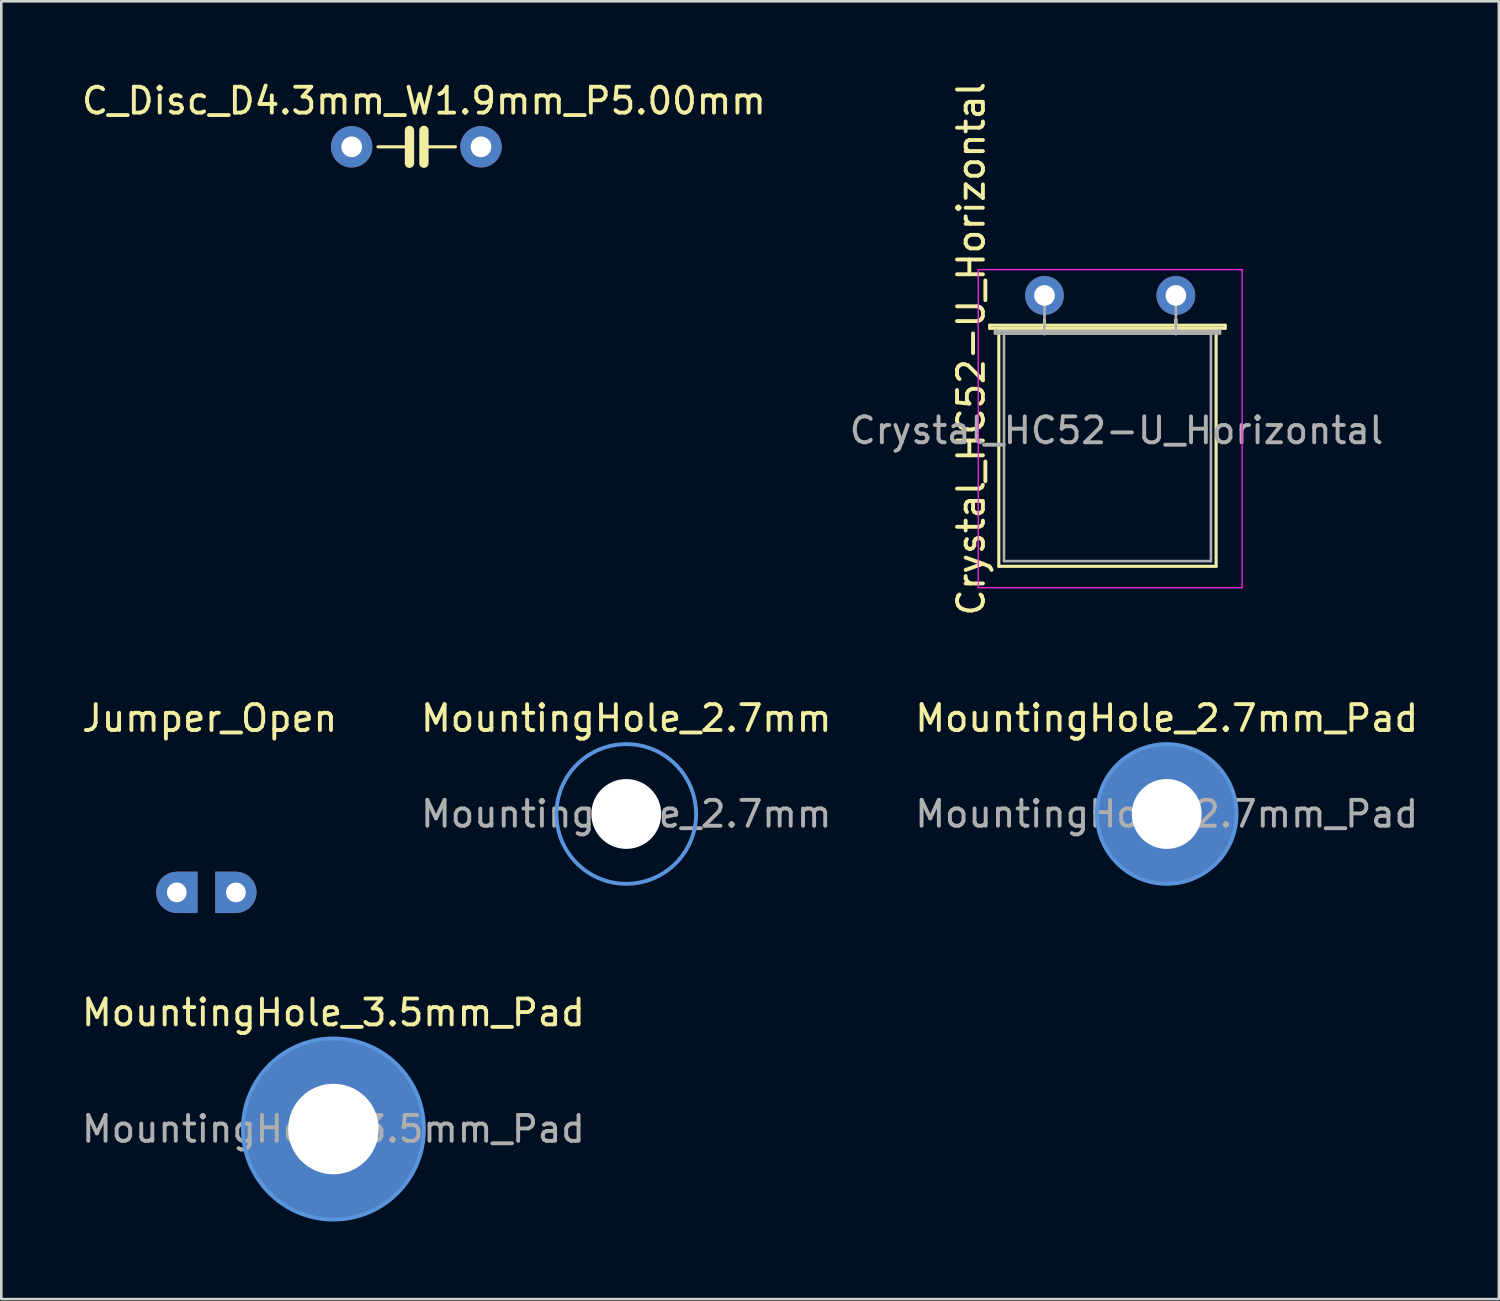
<source format=kicad_pcb>
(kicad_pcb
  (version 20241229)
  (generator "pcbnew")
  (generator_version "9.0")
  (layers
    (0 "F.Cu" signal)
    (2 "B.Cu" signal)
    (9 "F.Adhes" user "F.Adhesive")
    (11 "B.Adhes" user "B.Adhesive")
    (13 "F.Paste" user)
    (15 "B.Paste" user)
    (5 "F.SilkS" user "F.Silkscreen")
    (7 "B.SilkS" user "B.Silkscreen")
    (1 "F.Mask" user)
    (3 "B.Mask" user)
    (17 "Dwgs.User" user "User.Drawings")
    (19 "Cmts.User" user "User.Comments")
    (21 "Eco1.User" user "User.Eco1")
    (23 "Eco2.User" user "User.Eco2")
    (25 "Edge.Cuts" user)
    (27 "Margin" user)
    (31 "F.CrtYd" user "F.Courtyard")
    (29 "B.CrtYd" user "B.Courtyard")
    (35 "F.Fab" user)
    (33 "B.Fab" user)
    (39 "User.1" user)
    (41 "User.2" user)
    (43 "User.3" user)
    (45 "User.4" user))
  (footprint "Jumper_Open"
    (layer "F.Cu")
    (at 5.435 31.448)
    (property "Reference" "Jumper_Open" (at -0.381 -6.731 0) (unlocked yes) (layer "F.SilkS") (effects (font (size 1 1) (thickness 0.15))))
    (attr through_hole)
    (pad "1" thru_hole roundrect (at -1.651 0) (size 1.6 1.6) (drill 0.762) (layers "*.Cu" "*.Mask") (roundrect_rratio 0.5) (chamfer_ratio 0) (chamfer top_right bottom_right))
    (pad "2" thru_hole roundrect (at 0.635 0 180) (size 1.6 1.6) (drill 0.762) (layers "*.Cu" "*.Mask") (roundrect_rratio 0.5) (chamfer_ratio 0) (chamfer top_right bottom_right)))
  (footprint "C_Disc_D4.3mm_W1.9mm_P5.00mm"
    (layer "F.Cu")
    (at 10.545 2.626)
    (property "Reference" "C_Disc_D4.3mm_W1.9mm_P5.00mm" (at 2.794 -1.778 0) (layer "F.SilkS") (effects (font (size 1 1) (thickness 0.15))))
    (attr through_hole)
    (fp_line (start 1.016 0) (end 2.235 0) (stroke (width 0.12) (type solid)) (layer "F.SilkS"))
    (fp_line (start 2.235 -0.635) (end 2.235 0.635) (stroke (width 0.36) (type solid)) (layer "F.SilkS"))
    (fp_line (start 2.794 -0.635) (end 2.794 0.635) (stroke (width 0.36) (type solid)) (layer "F.SilkS"))
    (fp_line (start 2.794 0) (end 4.013 0) (stroke (width 0.12) (type solid)) (layer "F.SilkS"))
    (pad "1" thru_hole circle (at 0 0) (size 1.6 1.6) (drill 0.8) (layers "*.Cu" "*.Mask"))
    (pad "2" thru_hole circle (at 5 0) (size 1.6 1.6) (drill 0.8) (layers "*.Cu" "*.Mask")))
  (footprint "MountingHole_2.7mm"
    (layer "F.Cu")
    (at 21.161 28.417)
    (property "Reference" "MountingHole_2.7mm" (at 0 -3.7 0) (layer "F.SilkS") (effects (font (size 1 1) (thickness 0.15))))
    (attr exclude_from_pos_files exclude_from_bom)
    (fp_circle (center 0 0) (end 2.7 0) (stroke (width 0.15) (type solid)) (fill no) (layer "Cmts.User"))
    (fp_text user "${REFERENCE}" (at 0 0 0) (layer "F.Fab") (effects (font (size 1 1) (thickness 0.15))))
    (pad "" np_thru_hole circle (at 0 0) (size 2.7 2.7) (drill 2.7) (layers "*.Cu" "*.Mask")))
  (footprint "Crystal_HC52-U_Horizontal"
    (layer "F.Cu")
    (at 37.328 8.372)
    (property "Reference" "Crystal_HC52-U_Horizontal" (at -2.835 2.062 90) (layer "F.SilkS") (effects (font (size 1 1) (thickness 0.15))))
    (attr through_hole)
    (fp_line (start -2.115 1.15) (end 6.985 1.15) (stroke (width 0.12) (type solid)) (layer "F.SilkS"))
    (fp_line (start -2.115 1.27) (end -2.115 1.15) (stroke (width 0.12) (type solid)) (layer "F.SilkS"))
    (fp_line (start -1.765 1.27) (end -1.765 10.47) (stroke (width 0.12) (type solid)) (layer "F.SilkS"))
    (fp_line (start -1.765 10.47) (end 6.635 10.47) (stroke (width 0.12) (type solid)) (layer "F.SilkS"))
    (fp_line (start 0 0.95) (end 0 0.95) (stroke (width 0.12) (type solid)) (layer "F.SilkS"))
    (fp_line (start 0 1.3) (end 0 0.95) (stroke (width 0.12) (type solid)) (layer "F.SilkS"))
    (fp_line (start 5.08 0.95) (end 5.08 0.95) (stroke (width 0.12) (type solid)) (layer "F.SilkS"))
    (fp_line (start 5.08 1.3) (end 5.08 0.95) (stroke (width 0.12) (type solid)) (layer "F.SilkS"))
    (fp_line (start 6.635 1.27) (end -1.765 1.27) (stroke (width 0.12) (type solid)) (layer "F.SilkS"))
    (fp_line (start 6.635 10.47) (end 6.635 1.27) (stroke (width 0.12) (type solid)) (layer "F.SilkS"))
    (fp_line (start 6.985 1.15) (end 6.985 1.27) (stroke (width 0.12) (type solid)) (layer "F.SilkS"))
    (fp_line (start 6.985 1.27) (end -2.115 1.27) (stroke (width 0.12) (type solid)) (layer "F.SilkS"))
    (fp_line (start -2.56 -1) (end -2.56 11.3) (stroke (width 0.05) (type solid)) (layer "F.CrtYd"))
    (fp_line (start -2.56 11.3) (end 7.64 11.3) (stroke (width 0.05) (type solid)) (layer "F.CrtYd"))
    (fp_line (start 7.64 -1) (end -2.56 -1) (stroke (width 0.05) (type solid)) (layer "F.CrtYd"))
    (fp_line (start 7.64 11.3) (end 7.64 -1) (stroke (width 0.05) (type solid)) (layer "F.CrtYd"))
    (fp_line (start -1.915 1.37) (end 6.785 1.37) (stroke (width 0.1) (type solid)) (layer "F.Fab"))
    (fp_line (start -1.915 1.47) (end -1.915 1.37) (stroke (width 0.1) (type solid)) (layer "F.Fab"))
    (fp_line (start -1.565 1.47) (end -1.565 10.27) (stroke (width 0.1) (type solid)) (layer "F.Fab"))
    (fp_line (start -1.565 10.27) (end 6.435 10.27) (stroke (width 0.1) (type solid)) (layer "F.Fab"))
    (fp_line (start 0 0.75) (end 0 0) (stroke (width 0.1) (type solid)) (layer "F.Fab"))
    (fp_line (start 0 1.5) (end 0 0.75) (stroke (width 0.1) (type solid)) (layer "F.Fab"))
    (fp_line (start 5.08 0.75) (end 5.08 0) (stroke (width 0.1) (type solid)) (layer "F.Fab"))
    (fp_line (start 5.08 1.5) (end 5.08 0.75) (stroke (width 0.1) (type solid)) (layer "F.Fab"))
    (fp_line (start 6.435 1.47) (end -1.565 1.47) (stroke (width 0.1) (type solid)) (layer "F.Fab"))
    (fp_line (start 6.435 10.27) (end 6.435 1.47) (stroke (width 0.1) (type solid)) (layer "F.Fab"))
    (fp_line (start 6.785 1.37) (end 6.785 1.47) (stroke (width 0.1) (type solid)) (layer "F.Fab"))
    (fp_line (start 6.785 1.47) (end -1.915 1.47) (stroke (width 0.1) (type solid)) (layer "F.Fab"))
    (fp_text user "${REFERENCE}" (at 2.785 5.22 0) (layer "F.Fab") (effects (font (size 1 1) (thickness 0.15))))
    (pad "1" thru_hole circle (at 0 0) (size 1.5 1.5) (drill 0.8) (layers "*.Cu" "*.Mask"))
    (pad "2" thru_hole circle (at 5.08 0) (size 1.5 1.5) (drill 0.8) (layers "*.Cu" "*.Mask")))
  (footprint "MountingHole_3.5mm_Pad"
    (layer "F.Cu")
    (at 9.839 40.597)
    (property "Reference" "MountingHole_3.5mm_Pad" (at 0 -4.5 0) (layer "F.SilkS") (effects (font (size 1 1) (thickness 0.15))))
    (attr exclude_from_pos_files exclude_from_bom)
    (fp_circle (center 0 0) (end 3.5 0) (stroke (width 0.15) (type solid)) (fill no) (layer "Cmts.User"))
    (fp_text user "${REFERENCE}" (at 0 0 0) (layer "F.Fab") (effects (font (size 1 1) (thickness 0.15))))
    (pad "1" thru_hole circle (at 0 0) (size 7 7) (drill 3.5) (layers "*.Cu" "*.Mask")))
  (footprint "MountingHole_2.7mm_Pad"
    (layer "F.Cu")
    (at 42.054 28.417)
    (property "Reference" "MountingHole_2.7mm_Pad" (at 0 -3.7 0) (layer "F.SilkS") (effects (font (size 1 1) (thickness 0.15))))
    (attr exclude_from_pos_files exclude_from_bom)
    (fp_circle (center 0 0) (end 2.7 0) (stroke (width 0.15) (type solid)) (fill no) (layer "Cmts.User"))
    (fp_text user "${REFERENCE}" (at 0 0 0) (layer "F.Fab") (effects (font (size 1 1) (thickness 0.15))))
    (pad "1" thru_hole circle (at 0 0) (size 5.4 5.4) (drill 2.7) (layers "*.Cu" "*.Mask")))
  (gr_rect
    (start -3 -3)
    (end 54.893 47.172)
    (stroke (width 0.1) (type default))
    (fill no)
    (layer "Edge.Cuts")))
</source>
